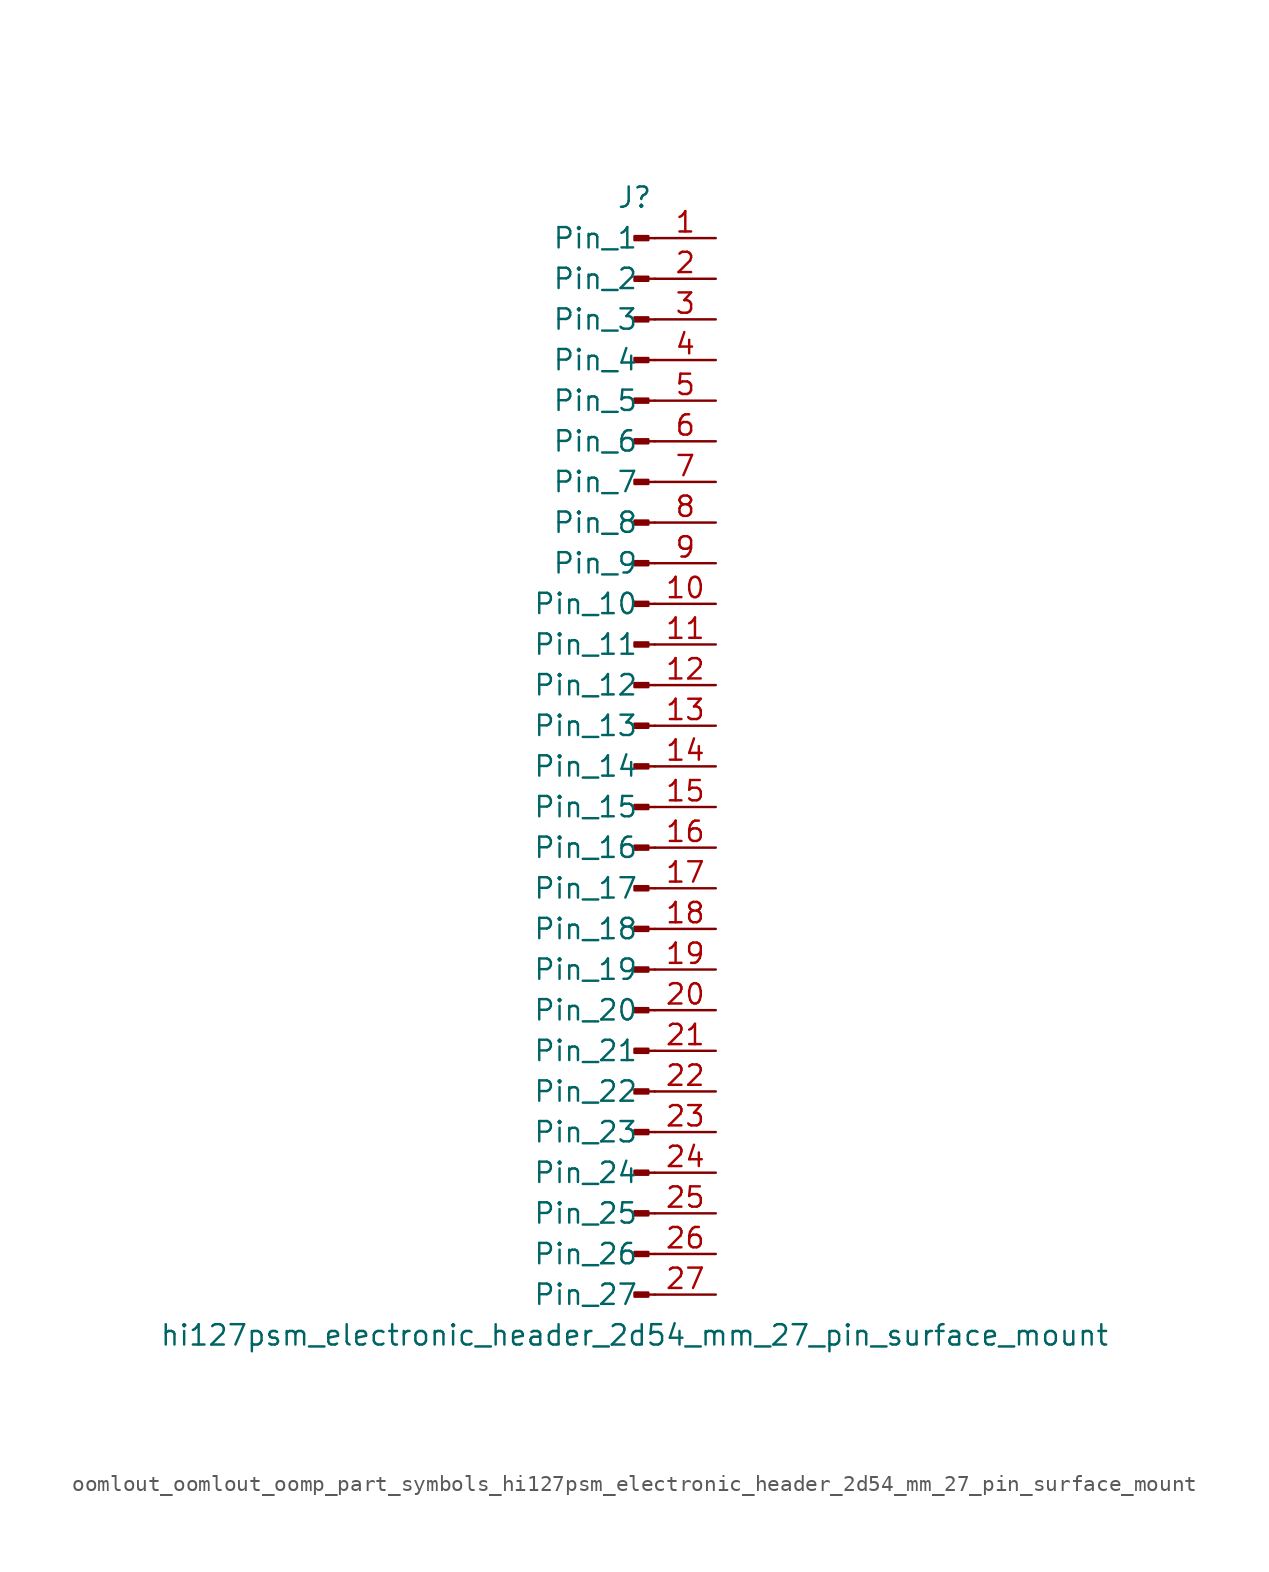
<source format=kicad_sym>
(kicad_symbol_lib
  (version 20220914)
  (generator kicad_symbol_editor)
  (symbol "oomlout_oomlout_oomp_part_symbols_hi127psm_electronic_header_2d54_mm_27_pin_surface_mount"
    (pin_names
      (offset 1.016))
    (property "Reference" "J"
      (at 0 35.56 0)
      (effects (font (size 1.27 1.27))))
    (property "Value" "hi127psm_electronic_header_2d54_mm_27_pin_surface_mount"
      (at 0 -35.56 0)
      (effects (font (size 1.27 1.27))))
    (property "ki_locked" ""
      (at 0 0 0)
      (effects (font (size 1.27 1.27))))
    (symbol "oomlout_oomlout_oomp_part_symbols_hi127psm_electronic_header_2d54_mm_27_pin_surface_mount_1_1"
      (polyline (pts (xy 1.27 -33.02) (xy 0.864 -33.02)) (stroke (width 0.152) (type default)) (fill (type none)))
      (polyline (pts (xy 1.27 -30.48) (xy 0.864 -30.48)) (stroke (width 0.152) (type default)) (fill (type none)))
      (polyline (pts (xy 1.27 -27.94) (xy 0.864 -27.94)) (stroke (width 0.152) (type default)) (fill (type none)))
      (polyline (pts (xy 1.27 -25.4) (xy 0.864 -25.4)) (stroke (width 0.152) (type default)) (fill (type none)))
      (polyline (pts (xy 1.27 -22.86) (xy 0.864 -22.86)) (stroke (width 0.152) (type default)) (fill (type none)))
      (polyline (pts (xy 1.27 -20.32) (xy 0.864 -20.32)) (stroke (width 0.152) (type default)) (fill (type none)))
      (polyline (pts (xy 1.27 -17.78) (xy 0.864 -17.78)) (stroke (width 0.152) (type default)) (fill (type none)))
      (polyline (pts (xy 1.27 -15.24) (xy 0.864 -15.24)) (stroke (width 0.152) (type default)) (fill (type none)))
      (polyline (pts (xy 1.27 -12.7) (xy 0.864 -12.7)) (stroke (width 0.152) (type default)) (fill (type none)))
      (polyline (pts (xy 1.27 -10.16) (xy 0.864 -10.16)) (stroke (width 0.152) (type default)) (fill (type none)))
      (polyline (pts (xy 1.27 -7.62) (xy 0.864 -7.62)) (stroke (width 0.152) (type default)) (fill (type none)))
      (polyline (pts (xy 1.27 -5.08) (xy 0.864 -5.08)) (stroke (width 0.152) (type default)) (fill (type none)))
      (polyline (pts (xy 1.27 -2.54) (xy 0.864 -2.54)) (stroke (width 0.152) (type default)) (fill (type none)))
      (polyline (pts (xy 1.27 0) (xy 0.864 0)) (stroke (width 0.152) (type default)) (fill (type none)))
      (polyline (pts (xy 1.27 2.54) (xy 0.864 2.54)) (stroke (width 0.152) (type default)) (fill (type none)))
      (polyline (pts (xy 1.27 5.08) (xy 0.864 5.08)) (stroke (width 0.152) (type default)) (fill (type none)))
      (polyline (pts (xy 1.27 7.62) (xy 0.864 7.62)) (stroke (width 0.152) (type default)) (fill (type none)))
      (polyline (pts (xy 1.27 10.16) (xy 0.864 10.16)) (stroke (width 0.152) (type default)) (fill (type none)))
      (polyline (pts (xy 1.27 12.7) (xy 0.864 12.7)) (stroke (width 0.152) (type default)) (fill (type none)))
      (polyline (pts (xy 1.27 15.24) (xy 0.864 15.24)) (stroke (width 0.152) (type default)) (fill (type none)))
      (polyline (pts (xy 1.27 17.78) (xy 0.864 17.78)) (stroke (width 0.152) (type default)) (fill (type none)))
      (polyline (pts (xy 1.27 20.32) (xy 0.864 20.32)) (stroke (width 0.152) (type default)) (fill (type none)))
      (polyline (pts (xy 1.27 22.86) (xy 0.864 22.86)) (stroke (width 0.152) (type default)) (fill (type none)))
      (polyline (pts (xy 1.27 25.4) (xy 0.864 25.4)) (stroke (width 0.152) (type default)) (fill (type none)))
      (polyline (pts (xy 1.27 27.94) (xy 0.864 27.94)) (stroke (width 0.152) (type default)) (fill (type none)))
      (polyline (pts (xy 1.27 30.48) (xy 0.864 30.48)) (stroke (width 0.152) (type default)) (fill (type none)))
      (polyline (pts (xy 1.27 33.02) (xy 0.864 33.02)) (stroke (width 0.152) (type default)) (fill (type none)))
      (rectangle (start 0.864 -32.893) (end 0 -33.147) (stroke (width 0.152) (type default)) (fill (type outline)))
      (rectangle (start 0.864 -30.353) (end 0 -30.607) (stroke (width 0.152) (type default)) (fill (type outline)))
      (rectangle (start 0.864 -27.813) (end 0 -28.067) (stroke (width 0.152) (type default)) (fill (type outline)))
      (rectangle (start 0.864 -25.273) (end 0 -25.527) (stroke (width 0.152) (type default)) (fill (type outline)))
      (rectangle (start 0.864 -22.733) (end 0 -22.987) (stroke (width 0.152) (type default)) (fill (type outline)))
      (rectangle (start 0.864 -20.193) (end 0 -20.447) (stroke (width 0.152) (type default)) (fill (type outline)))
      (rectangle (start 0.864 -17.653) (end 0 -17.907) (stroke (width 0.152) (type default)) (fill (type outline)))
      (rectangle (start 0.864 -15.113) (end 0 -15.367) (stroke (width 0.152) (type default)) (fill (type outline)))
      (rectangle (start 0.864 -12.573) (end 0 -12.827) (stroke (width 0.152) (type default)) (fill (type outline)))
      (rectangle (start 0.864 -10.033) (end 0 -10.287) (stroke (width 0.152) (type default)) (fill (type outline)))
      (rectangle (start 0.864 -7.493) (end 0 -7.747) (stroke (width 0.152) (type default)) (fill (type outline)))
      (rectangle (start 0.864 -4.953) (end 0 -5.207) (stroke (width 0.152) (type default)) (fill (type outline)))
      (rectangle (start 0.864 -2.413) (end 0 -2.667) (stroke (width 0.152) (type default)) (fill (type outline)))
      (rectangle (start 0.864 0.127) (end 0 -0.127) (stroke (width 0.152) (type default)) (fill (type outline)))
      (rectangle (start 0.864 2.667) (end 0 2.413) (stroke (width 0.152) (type default)) (fill (type outline)))
      (rectangle (start 0.864 5.207) (end 0 4.953) (stroke (width 0.152) (type default)) (fill (type outline)))
      (rectangle (start 0.864 7.747) (end 0 7.493) (stroke (width 0.152) (type default)) (fill (type outline)))
      (rectangle (start 0.864 10.287) (end 0 10.033) (stroke (width 0.152) (type default)) (fill (type outline)))
      (rectangle (start 0.864 12.827) (end 0 12.573) (stroke (width 0.152) (type default)) (fill (type outline)))
      (rectangle (start 0.864 15.367) (end 0 15.113) (stroke (width 0.152) (type default)) (fill (type outline)))
      (rectangle (start 0.864 17.907) (end 0 17.653) (stroke (width 0.152) (type default)) (fill (type outline)))
      (rectangle (start 0.864 20.447) (end 0 20.193) (stroke (width 0.152) (type default)) (fill (type outline)))
      (rectangle (start 0.864 22.987) (end 0 22.733) (stroke (width 0.152) (type default)) (fill (type outline)))
      (rectangle (start 0.864 25.527) (end 0 25.273) (stroke (width 0.152) (type default)) (fill (type outline)))
      (rectangle (start 0.864 28.067) (end 0 27.813) (stroke (width 0.152) (type default)) (fill (type outline)))
      (rectangle (start 0.864 30.607) (end 0 30.353) (stroke (width 0.152) (type default)) (fill (type outline)))
      (rectangle (start 0.864 33.147) (end 0 32.893) (stroke (width 0.152) (type default)) (fill (type outline)))
      (pin passive line (at 5.08 33.02 180) (length 3.81) (name "Pin_1" (effects (font (size 1.27 1.27)))) (number "1" (effects (font (size 1.27 1.27)))))
      (pin passive line (at 5.08 10.16 180) (length 3.81) (name "Pin_10" (effects (font (size 1.27 1.27)))) (number "10" (effects (font (size 1.27 1.27)))))
      (pin passive line (at 5.08 7.62 180) (length 3.81) (name "Pin_11" (effects (font (size 1.27 1.27)))) (number "11" (effects (font (size 1.27 1.27)))))
      (pin passive line (at 5.08 5.08 180) (length 3.81) (name "Pin_12" (effects (font (size 1.27 1.27)))) (number "12" (effects (font (size 1.27 1.27)))))
      (pin passive line (at 5.08 2.54 180) (length 3.81) (name "Pin_13" (effects (font (size 1.27 1.27)))) (number "13" (effects (font (size 1.27 1.27)))))
      (pin passive line (at 5.08 0 180) (length 3.81) (name "Pin_14" (effects (font (size 1.27 1.27)))) (number "14" (effects (font (size 1.27 1.27)))))
      (pin passive line (at 5.08 -2.54 180) (length 3.81) (name "Pin_15" (effects (font (size 1.27 1.27)))) (number "15" (effects (font (size 1.27 1.27)))))
      (pin passive line (at 5.08 -5.08 180) (length 3.81) (name "Pin_16" (effects (font (size 1.27 1.27)))) (number "16" (effects (font (size 1.27 1.27)))))
      (pin passive line (at 5.08 -7.62 180) (length 3.81) (name "Pin_17" (effects (font (size 1.27 1.27)))) (number "17" (effects (font (size 1.27 1.27)))))
      (pin passive line (at 5.08 -10.16 180) (length 3.81) (name "Pin_18" (effects (font (size 1.27 1.27)))) (number "18" (effects (font (size 1.27 1.27)))))
      (pin passive line (at 5.08 -12.7 180) (length 3.81) (name "Pin_19" (effects (font (size 1.27 1.27)))) (number "19" (effects (font (size 1.27 1.27)))))
      (pin passive line (at 5.08 30.48 180) (length 3.81) (name "Pin_2" (effects (font (size 1.27 1.27)))) (number "2" (effects (font (size 1.27 1.27)))))
      (pin passive line (at 5.08 -15.24 180) (length 3.81) (name "Pin_20" (effects (font (size 1.27 1.27)))) (number "20" (effects (font (size 1.27 1.27)))))
      (pin passive line (at 5.08 -17.78 180) (length 3.81) (name "Pin_21" (effects (font (size 1.27 1.27)))) (number "21" (effects (font (size 1.27 1.27)))))
      (pin passive line (at 5.08 -20.32 180) (length 3.81) (name "Pin_22" (effects (font (size 1.27 1.27)))) (number "22" (effects (font (size 1.27 1.27)))))
      (pin passive line (at 5.08 -22.86 180) (length 3.81) (name "Pin_23" (effects (font (size 1.27 1.27)))) (number "23" (effects (font (size 1.27 1.27)))))
      (pin passive line (at 5.08 -25.4 180) (length 3.81) (name "Pin_24" (effects (font (size 1.27 1.27)))) (number "24" (effects (font (size 1.27 1.27)))))
      (pin passive line (at 5.08 -27.94 180) (length 3.81) (name "Pin_25" (effects (font (size 1.27 1.27)))) (number "25" (effects (font (size 1.27 1.27)))))
      (pin passive line (at 5.08 -30.48 180) (length 3.81) (name "Pin_26" (effects (font (size 1.27 1.27)))) (number "26" (effects (font (size 1.27 1.27)))))
      (pin passive line (at 5.08 -33.02 180) (length 3.81) (name "Pin_27" (effects (font (size 1.27 1.27)))) (number "27" (effects (font (size 1.27 1.27)))))
      (pin passive line (at 5.08 27.94 180) (length 3.81) (name "Pin_3" (effects (font (size 1.27 1.27)))) (number "3" (effects (font (size 1.27 1.27)))))
      (pin passive line (at 5.08 25.4 180) (length 3.81) (name "Pin_4" (effects (font (size 1.27 1.27)))) (number "4" (effects (font (size 1.27 1.27)))))
      (pin passive line (at 5.08 22.86 180) (length 3.81) (name "Pin_5" (effects (font (size 1.27 1.27)))) (number "5" (effects (font (size 1.27 1.27)))))
      (pin passive line (at 5.08 20.32 180) (length 3.81) (name "Pin_6" (effects (font (size 1.27 1.27)))) (number "6" (effects (font (size 1.27 1.27)))))
      (pin passive line (at 5.08 17.78 180) (length 3.81) (name "Pin_7" (effects (font (size 1.27 1.27)))) (number "7" (effects (font (size 1.27 1.27)))))
      (pin passive line (at 5.08 15.24 180) (length 3.81) (name "Pin_8" (effects (font (size 1.27 1.27)))) (number "8" (effects (font (size 1.27 1.27)))))
      (pin passive line (at 5.08 12.7 180) (length 3.81) (name "Pin_9" (effects (font (size 1.27 1.27)))) (number "9" (effects (font (size 1.27 1.27))))))))
</source>
